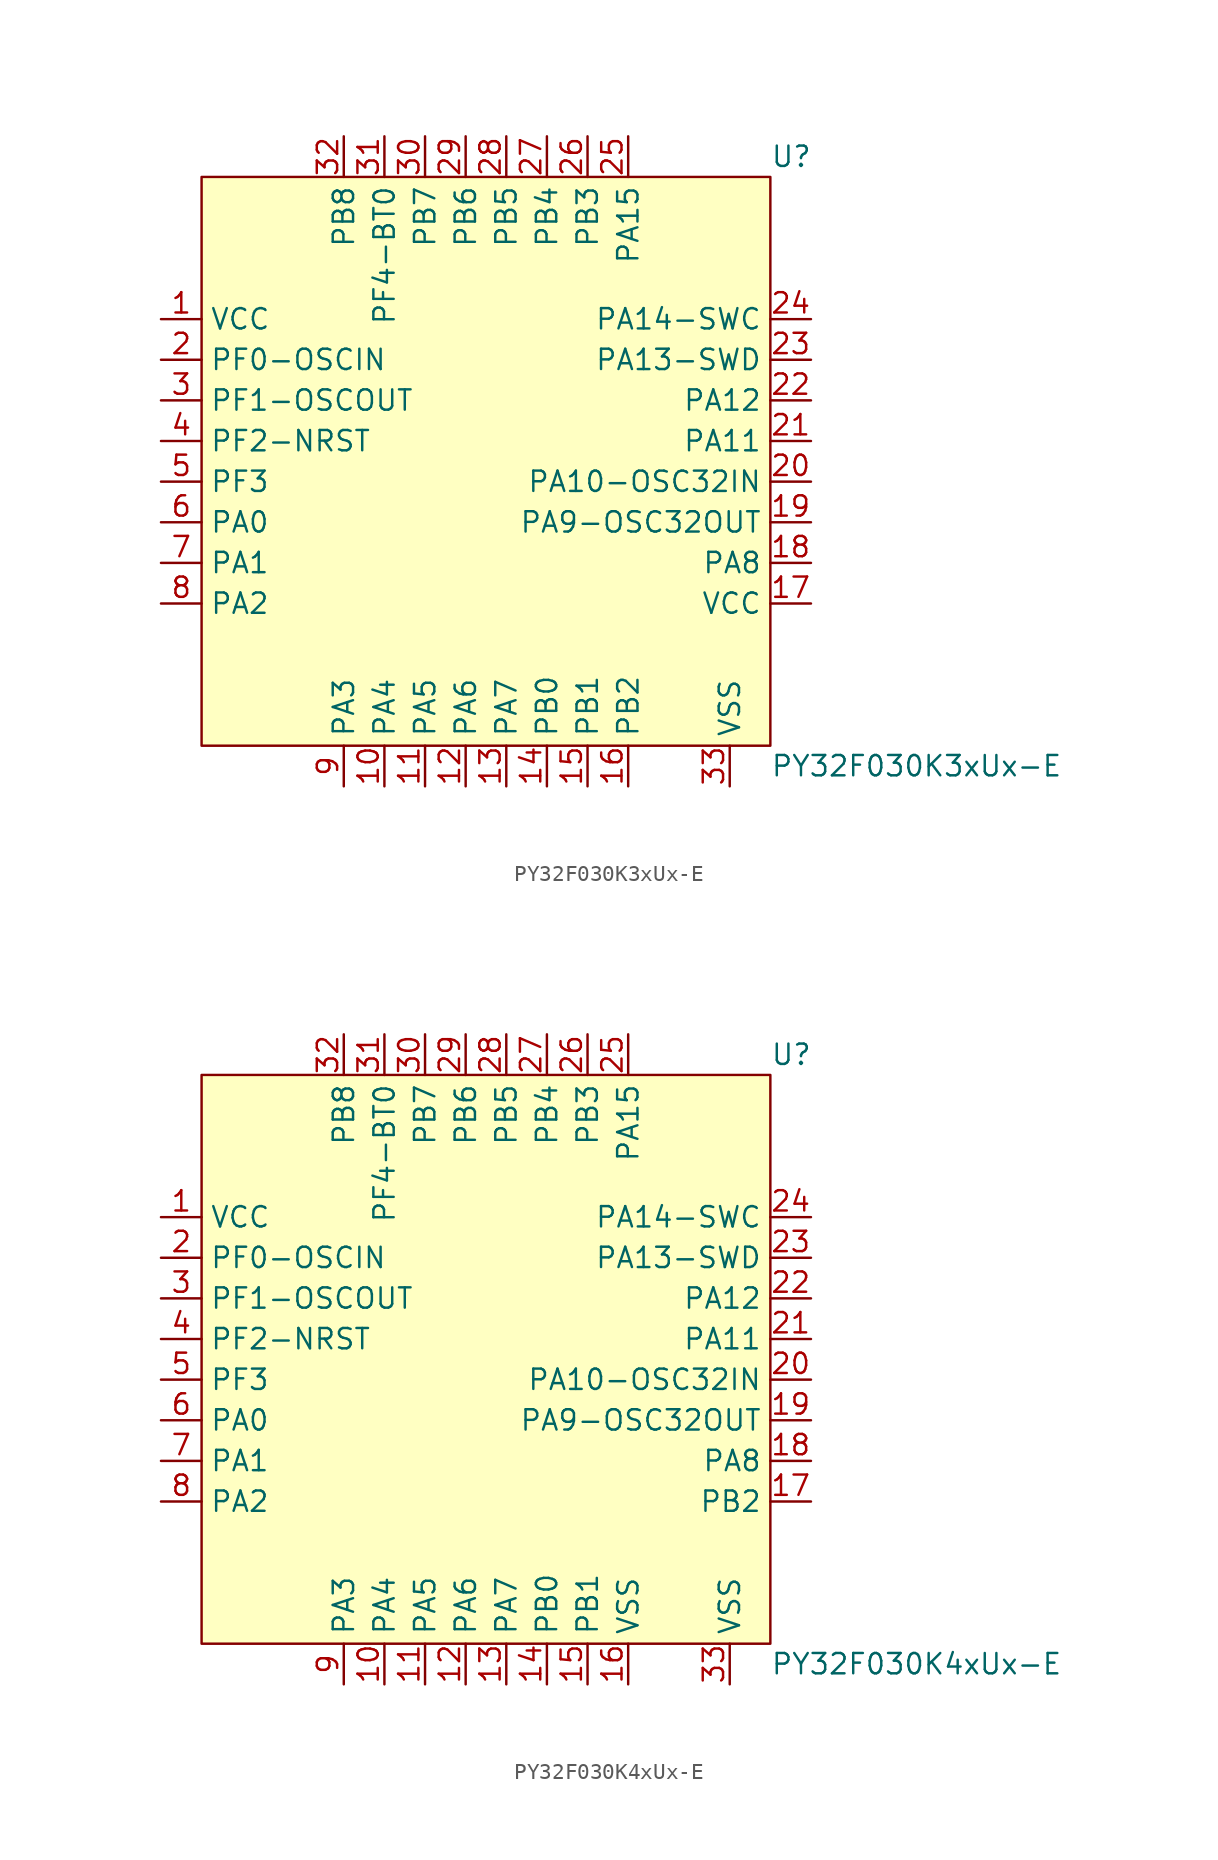
<source format=kicad_sym>
(kicad_symbol_lib
  (version 20241209)
  (generator "kicad_symbol_editor")
  (generator_version "9.0")
  (symbol "PY32F030K3xUx-E"
    (property "Reference" "U"
      (at 17.78 19.05 0)
      (effects (font (size 1.27 1.27)) (justify left)))
    (property "Value" "PY32F030K3xUx-E"
      (at 17.78 -19.05 0)
      (effects (font (size 1.27 1.27)) (justify left)))
    (symbol "PY32F030K3xUx-E_0_0"
      (pin unspecified line (at -20.32 8.89 0) (length 2.54) (name "VCC" (effects (font (size 1.27 1.27)))) (number "1" (effects (font (size 1.27 1.27)))))
      (pin unspecified line (at -20.32 6.35 0) (length 2.54) (name "PF0-OSCIN" (effects (font (size 1.27 1.27)))) (number "2" (effects (font (size 1.27 1.27)))))
      (pin unspecified line (at -20.32 1.27 0) (length 2.54) (name "PF2-NRST" (effects (font (size 1.27 1.27)))) (number "4" (effects (font (size 1.27 1.27)))))
      (pin unspecified line (at -20.32 -1.27 0) (length 2.54) (name "PF3" (effects (font (size 1.27 1.27)))) (number "5" (effects (font (size 1.27 1.27)))))
      (pin unspecified line (at -20.32 -3.81 0) (length 2.54) (name "PA0" (effects (font (size 1.27 1.27)))) (number "6" (effects (font (size 1.27 1.27)))))
      (pin unspecified line (at -20.32 -6.35 0) (length 2.54) (name "PA1" (effects (font (size 1.27 1.27)))) (number "7" (effects (font (size 1.27 1.27)))))
      (pin unspecified line (at -20.32 -8.89 0) (length 2.54) (name "PA2" (effects (font (size 1.27 1.27)))) (number "8" (effects (font (size 1.27 1.27)))))
      (pin unspecified line (at -8.89 20.32 270) (length 2.54) (name "PB8" (effects (font (size 1.27 1.27)))) (number "32" (effects (font (size 1.27 1.27)))))
      (pin unspecified line (at -8.89 -20.32 90) (length 2.54) (name "PA3" (effects (font (size 1.27 1.27)))) (number "9" (effects (font (size 1.27 1.27)))))
      (pin unspecified line (at -6.35 -20.32 90) (length 2.54) (name "PA4" (effects (font (size 1.27 1.27)))) (number "10" (effects (font (size 1.27 1.27)))))
      (pin unspecified line (at -3.81 20.32 270) (length 2.54) (name "PB7" (effects (font (size 1.27 1.27)))) (number "30" (effects (font (size 1.27 1.27)))))
      (pin unspecified line (at -3.81 -20.32 90) (length 2.54) (name "PA5" (effects (font (size 1.27 1.27)))) (number "11" (effects (font (size 1.27 1.27)))))
      (pin unspecified line (at -1.27 20.32 270) (length 2.54) (name "PB6" (effects (font (size 1.27 1.27)))) (number "29" (effects (font (size 1.27 1.27)))))
      (pin unspecified line (at -1.27 -20.32 90) (length 2.54) (name "PA6" (effects (font (size 1.27 1.27)))) (number "12" (effects (font (size 1.27 1.27)))))
      (pin unspecified line (at 1.27 20.32 270) (length 2.54) (name "PB5" (effects (font (size 1.27 1.27)))) (number "28" (effects (font (size 1.27 1.27)))))
      (pin unspecified line (at 1.27 -20.32 90) (length 2.54) (name "PA7" (effects (font (size 1.27 1.27)))) (number "13" (effects (font (size 1.27 1.27)))))
      (pin unspecified line (at 3.81 20.32 270) (length 2.54) (name "PB4" (effects (font (size 1.27 1.27)))) (number "27" (effects (font (size 1.27 1.27)))))
      (pin unspecified line (at 3.81 -20.32 90) (length 2.54) (name "PB0" (effects (font (size 1.27 1.27)))) (number "14" (effects (font (size 1.27 1.27)))))
      (pin unspecified line (at 6.35 20.32 270) (length 2.54) (name "PB3" (effects (font (size 1.27 1.27)))) (number "26" (effects (font (size 1.27 1.27)))))
      (pin unspecified line (at 6.35 -20.32 90) (length 2.54) (name "PB1" (effects (font (size 1.27 1.27)))) (number "15" (effects (font (size 1.27 1.27)))))
      (pin unspecified line (at 20.32 6.35 180) (length 2.54) (name "PA13-SWD" (effects (font (size 1.27 1.27)))) (number "23" (effects (font (size 1.27 1.27)))))
      (pin unspecified line (at 20.32 3.81 180) (length 2.54) (name "PA12" (effects (font (size 1.27 1.27)))) (number "22" (effects (font (size 1.27 1.27)))))
      (pin unspecified line (at 20.32 1.27 180) (length 2.54) (name "PA11" (effects (font (size 1.27 1.27)))) (number "21" (effects (font (size 1.27 1.27)))))
      (pin unspecified line (at 20.32 -1.27 180) (length 2.54) (name "PA10-OSC32IN" (effects (font (size 1.27 1.27)))) (number "20" (effects (font (size 1.27 1.27)))))
      (pin unspecified line (at 20.32 -3.81 180) (length 2.54) (name "PA9-OSC32OUT" (effects (font (size 1.27 1.27)))) (number "19" (effects (font (size 1.27 1.27)))))
      (pin unspecified line (at 20.32 -6.35 180) (length 2.54) (name "PA8" (effects (font (size 1.27 1.27)))) (number "18" (effects (font (size 1.27 1.27))))))
    (symbol "PY32F030K3xUx-E_1_0"
      (pin unspecified line (at -20.32 3.81 0) (length 2.54) (name "PF1-OSCOUT" (effects (font (size 1.27 1.27)))) (number "3" (effects (font (size 1.27 1.27)))))
      (pin unspecified line (at -6.35 20.32 270) (length 2.54) (name "PF4-BT0" (effects (font (size 1.27 1.27)))) (number "31" (effects (font (size 1.27 1.27)))))
      (pin unspecified line (at 8.89 20.32 270) (length 2.54) (name "PA15" (effects (font (size 1.27 1.27)))) (number "25" (effects (font (size 1.27 1.27)))))
      (pin unspecified line (at 8.89 -20.32 90) (length 2.54) (name "PB2" (effects (font (size 1.27 1.27)))) (number "16" (effects (font (size 1.27 1.27)))))
      (pin unspecified line (at 15.24 -20.32 90) (length 2.54) (name "VSS" (effects (font (size 1.27 1.27)))) (number "33" (effects (font (size 1.27 1.27)))))
      (pin unspecified line (at 20.32 8.89 180) (length 2.54) (name "PA14-SWC" (effects (font (size 1.27 1.27)))) (number "24" (effects (font (size 1.27 1.27)))))
      (pin unspecified line (at 20.32 -8.89 180) (length 2.54) (name "VCC" (effects (font (size 1.27 1.27)))) (number "17" (effects (font (size 1.27 1.27))))))
    (symbol "PY32F030K3xUx-E_1_1"
      (rectangle (start -17.78 17.78) (end 17.78 -17.78) (stroke (width 0) (type solid)) (fill (type background)))))
  (symbol "PY32F030K4xUx-E"
    (property "Reference" "U"
      (at 17.78 19.05 0)
      (effects (font (size 1.27 1.27)) (justify left)))
    (property "Value" "PY32F030K4xUx-E"
      (at 17.78 -19.05 0)
      (effects (font (size 1.27 1.27)) (justify left)))
    (symbol "PY32F030K4xUx-E_0_0"
      (pin unspecified line (at -20.32 8.89 0) (length 2.54) (name "VCC" (effects (font (size 1.27 1.27)))) (number "1" (effects (font (size 1.27 1.27)))))
      (pin unspecified line (at -20.32 6.35 0) (length 2.54) (name "PF0-OSCIN" (effects (font (size 1.27 1.27)))) (number "2" (effects (font (size 1.27 1.27)))))
      (pin unspecified line (at -20.32 1.27 0) (length 2.54) (name "PF2-NRST" (effects (font (size 1.27 1.27)))) (number "4" (effects (font (size 1.27 1.27)))))
      (pin unspecified line (at -20.32 -1.27 0) (length 2.54) (name "PF3" (effects (font (size 1.27 1.27)))) (number "5" (effects (font (size 1.27 1.27)))))
      (pin unspecified line (at -20.32 -3.81 0) (length 2.54) (name "PA0" (effects (font (size 1.27 1.27)))) (number "6" (effects (font (size 1.27 1.27)))))
      (pin unspecified line (at -20.32 -6.35 0) (length 2.54) (name "PA1" (effects (font (size 1.27 1.27)))) (number "7" (effects (font (size 1.27 1.27)))))
      (pin unspecified line (at -20.32 -8.89 0) (length 2.54) (name "PA2" (effects (font (size 1.27 1.27)))) (number "8" (effects (font (size 1.27 1.27)))))
      (pin unspecified line (at -8.89 20.32 270) (length 2.54) (name "PB8" (effects (font (size 1.27 1.27)))) (number "32" (effects (font (size 1.27 1.27)))))
      (pin unspecified line (at -8.89 -20.32 90) (length 2.54) (name "PA3" (effects (font (size 1.27 1.27)))) (number "9" (effects (font (size 1.27 1.27)))))
      (pin unspecified line (at -6.35 -20.32 90) (length 2.54) (name "PA4" (effects (font (size 1.27 1.27)))) (number "10" (effects (font (size 1.27 1.27)))))
      (pin unspecified line (at -3.81 20.32 270) (length 2.54) (name "PB7" (effects (font (size 1.27 1.27)))) (number "30" (effects (font (size 1.27 1.27)))))
      (pin unspecified line (at -3.81 -20.32 90) (length 2.54) (name "PA5" (effects (font (size 1.27 1.27)))) (number "11" (effects (font (size 1.27 1.27)))))
      (pin unspecified line (at -1.27 20.32 270) (length 2.54) (name "PB6" (effects (font (size 1.27 1.27)))) (number "29" (effects (font (size 1.27 1.27)))))
      (pin unspecified line (at -1.27 -20.32 90) (length 2.54) (name "PA6" (effects (font (size 1.27 1.27)))) (number "12" (effects (font (size 1.27 1.27)))))
      (pin unspecified line (at 1.27 20.32 270) (length 2.54) (name "PB5" (effects (font (size 1.27 1.27)))) (number "28" (effects (font (size 1.27 1.27)))))
      (pin unspecified line (at 1.27 -20.32 90) (length 2.54) (name "PA7" (effects (font (size 1.27 1.27)))) (number "13" (effects (font (size 1.27 1.27)))))
      (pin unspecified line (at 3.81 20.32 270) (length 2.54) (name "PB4" (effects (font (size 1.27 1.27)))) (number "27" (effects (font (size 1.27 1.27)))))
      (pin unspecified line (at 3.81 -20.32 90) (length 2.54) (name "PB0" (effects (font (size 1.27 1.27)))) (number "14" (effects (font (size 1.27 1.27)))))
      (pin unspecified line (at 6.35 20.32 270) (length 2.54) (name "PB3" (effects (font (size 1.27 1.27)))) (number "26" (effects (font (size 1.27 1.27)))))
      (pin unspecified line (at 6.35 -20.32 90) (length 2.54) (name "PB1" (effects (font (size 1.27 1.27)))) (number "15" (effects (font (size 1.27 1.27)))))
      (pin unspecified line (at 8.89 -20.32 90) (length 2.54) (name "VSS" (effects (font (size 1.27 1.27)))) (number "16" (effects (font (size 1.27 1.27)))))
      (pin unspecified line (at 20.32 6.35 180) (length 2.54) (name "PA13-SWD" (effects (font (size 1.27 1.27)))) (number "23" (effects (font (size 1.27 1.27)))))
      (pin unspecified line (at 20.32 3.81 180) (length 2.54) (name "PA12" (effects (font (size 1.27 1.27)))) (number "22" (effects (font (size 1.27 1.27)))))
      (pin unspecified line (at 20.32 1.27 180) (length 2.54) (name "PA11" (effects (font (size 1.27 1.27)))) (number "21" (effects (font (size 1.27 1.27)))))
      (pin unspecified line (at 20.32 -1.27 180) (length 2.54) (name "PA10-OSC32IN" (effects (font (size 1.27 1.27)))) (number "20" (effects (font (size 1.27 1.27)))))
      (pin unspecified line (at 20.32 -3.81 180) (length 2.54) (name "PA9-OSC32OUT" (effects (font (size 1.27 1.27)))) (number "19" (effects (font (size 1.27 1.27)))))
      (pin unspecified line (at 20.32 -6.35 180) (length 2.54) (name "PA8" (effects (font (size 1.27 1.27)))) (number "18" (effects (font (size 1.27 1.27)))))
      (pin unspecified line (at 20.32 -8.89 180) (length 2.54) (name "PB2" (effects (font (size 1.27 1.27)))) (number "17" (effects (font (size 1.27 1.27))))))
    (symbol "PY32F030K4xUx-E_1_0"
      (pin unspecified line (at -20.32 3.81 0) (length 2.54) (name "PF1-OSCOUT" (effects (font (size 1.27 1.27)))) (number "3" (effects (font (size 1.27 1.27)))))
      (pin unspecified line (at -6.35 20.32 270) (length 2.54) (name "PF4-BT0" (effects (font (size 1.27 1.27)))) (number "31" (effects (font (size 1.27 1.27)))))
      (pin unspecified line (at 8.89 20.32 270) (length 2.54) (name "PA15" (effects (font (size 1.27 1.27)))) (number "25" (effects (font (size 1.27 1.27)))))
      (pin unspecified line (at 15.24 -20.32 90) (length 2.54) (name "VSS" (effects (font (size 1.27 1.27)))) (number "33" (effects (font (size 1.27 1.27)))))
      (pin unspecified line (at 20.32 8.89 180) (length 2.54) (name "PA14-SWC" (effects (font (size 1.27 1.27)))) (number "24" (effects (font (size 1.27 1.27))))))
    (symbol "PY32F030K4xUx-E_1_1"
      (rectangle (start -17.78 17.78) (end 17.78 -17.78) (stroke (width 0) (type solid)) (fill (type background))))))
</source>
